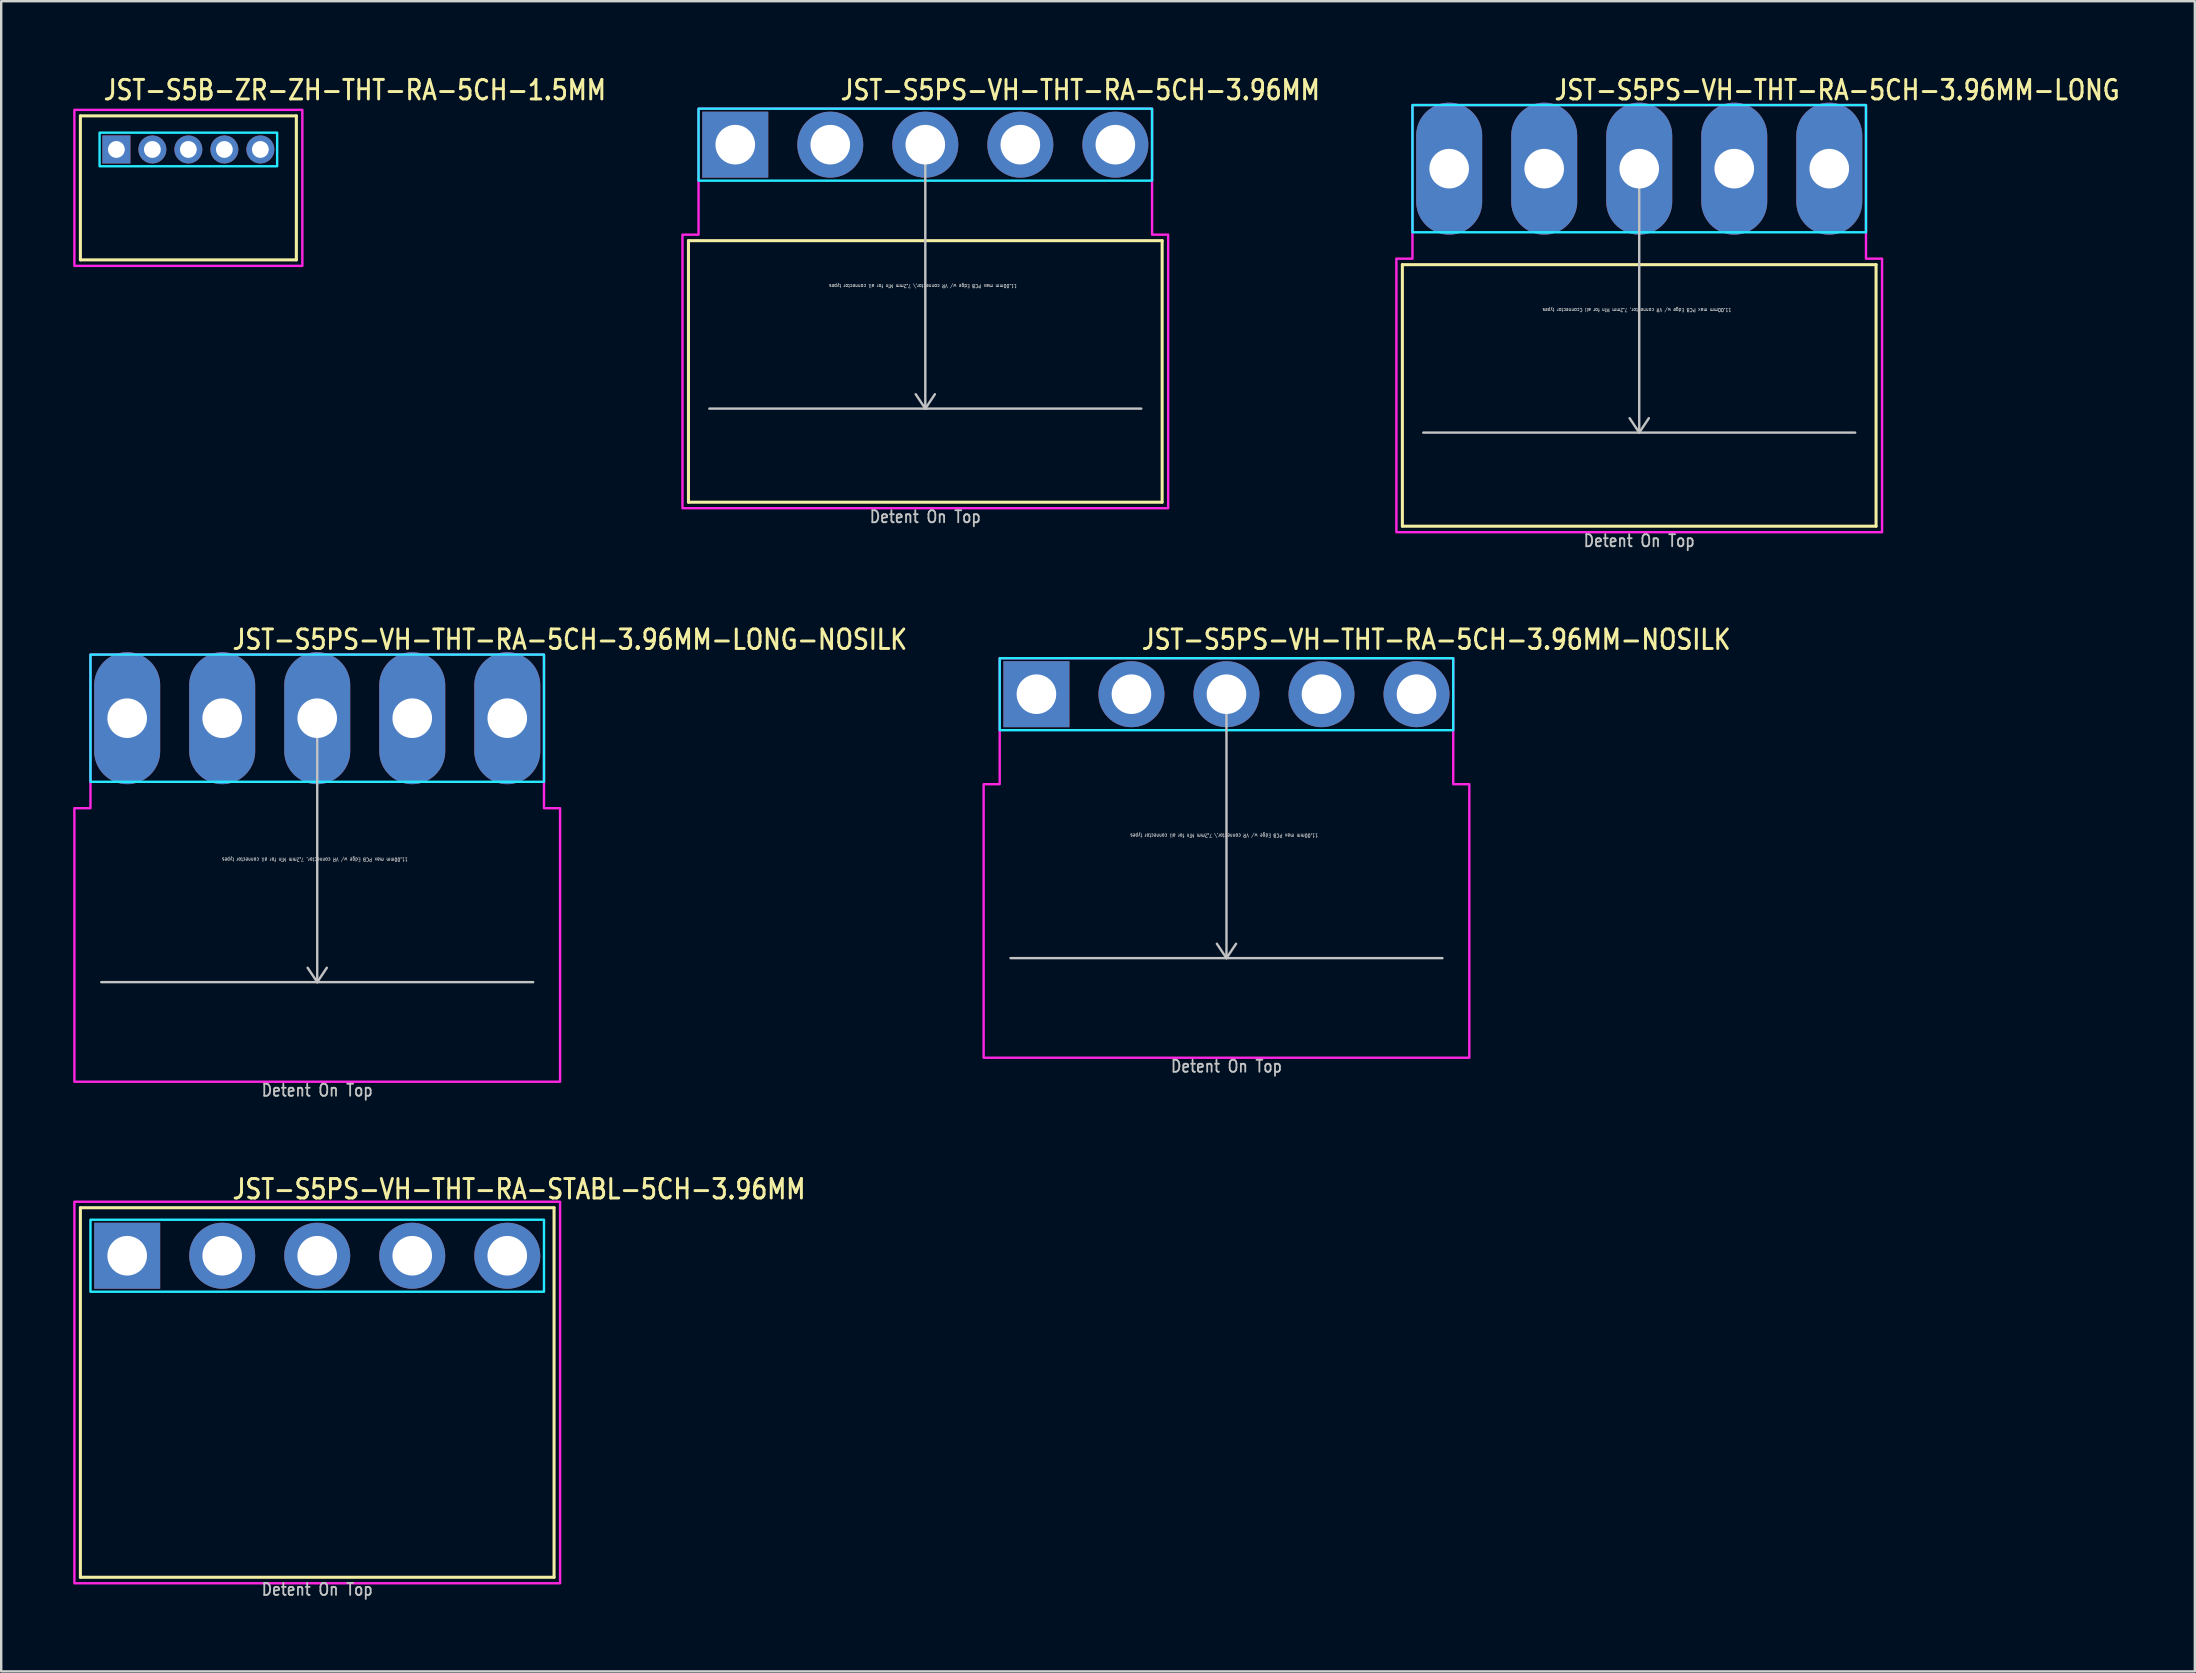
<source format=kicad_pcb>
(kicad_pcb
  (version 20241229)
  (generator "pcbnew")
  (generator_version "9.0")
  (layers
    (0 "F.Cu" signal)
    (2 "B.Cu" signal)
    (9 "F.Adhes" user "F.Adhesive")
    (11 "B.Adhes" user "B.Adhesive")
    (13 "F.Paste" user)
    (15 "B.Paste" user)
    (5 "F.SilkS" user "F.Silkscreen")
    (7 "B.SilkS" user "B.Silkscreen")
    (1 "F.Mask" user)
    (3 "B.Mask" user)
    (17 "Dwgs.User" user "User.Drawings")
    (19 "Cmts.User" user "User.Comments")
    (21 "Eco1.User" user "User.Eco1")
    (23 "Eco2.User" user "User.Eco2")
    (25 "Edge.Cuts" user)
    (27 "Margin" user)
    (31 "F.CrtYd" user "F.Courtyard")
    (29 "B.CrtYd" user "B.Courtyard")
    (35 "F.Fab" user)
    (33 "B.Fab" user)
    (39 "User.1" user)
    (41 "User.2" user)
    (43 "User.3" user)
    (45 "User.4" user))
  (footprint "JST-S5PS-VH-THT-RA-5CH-3.96MM-LONG"
    (layer "F.Cu")
    (at 65.263 3.979)
    (property "Reference" "JST-S5PS-VH-THT-RA-5CH-3.96MM-LONG" (at -3.6 -2.8 0) (unlocked yes) (layer "F.SilkS") (effects (font (size 0.813 0.695) (thickness 0.122)) (justify left bottom)))
    (fp_line (start -9.87 4) (end 9.87 4) (stroke (width 0.127) (type solid)) (layer "F.SilkS"))
    (fp_line (start -9.87 14.9) (end -9.87 4) (stroke (width 0.127) (type solid)) (layer "F.SilkS"))
    (fp_line (start -9.87 14.9) (end 9.87 14.9) (stroke (width 0.127) (type solid)) (layer "F.SilkS"))
    (fp_line (start 9.87 4) (end 9.87 14.9) (stroke (width 0.127) (type solid)) (layer "F.SilkS"))
    (fp_line (start -9 11) (end 9 11) (stroke (width 0.1) (type solid)) (layer "Dwgs.User"))
    (fp_line (start 0 0) (end -0.4 0.6) (stroke (width 0.1) (type solid)) (layer "Dwgs.User"))
    (fp_line (start 0 0) (end 0 11) (stroke (width 0.1) (type solid)) (layer "Dwgs.User"))
    (fp_line (start 0 0) (end 0.4 0.6) (stroke (width 0.1) (type solid)) (layer "Dwgs.User"))
    (fp_line (start 0 11) (end -0.4 10.4) (stroke (width 0.1) (type solid)) (layer "Dwgs.User"))
    (fp_line (start 0 11) (end 0.4 10.4) (stroke (width 0.1) (type solid)) (layer "Dwgs.User"))
    (fp_poly (pts (xy -9.45 -2.65) (xy -9.45 2.65) (xy 9.45 2.65) (xy 9.45 -2.65)) (stroke (width 0.1) (type solid)) (fill no) (layer "B.CrtYd"))
    (fp_poly (pts (xy -10.12 3.75) (xy -10.12 15.15) (xy 10.12 15.15) (xy 10.12 3.75) (xy 9.45 3.75) (xy 9.45 -2.65) (xy -9.45 -2.65) (xy -9.45 3.75)) (stroke (width 0.1) (type solid)) (fill no) (layer "F.CrtYd"))
    (fp_text user "11.00mm max PCB Edge w/ VR connector, 7.2mm Min for all Cconnector types" (at -0.1 5.8 180) (unlocked yes) (layer "Dwgs.User") (effects (font (size 0.15 0.128) (thickness 0.022)) (justify bottom)))
    (fp_text user "Detent On Top" (at 0 15.8 0) (unlocked yes) (layer "Dwgs.User") (effects (font (size 0.5 0.427) (thickness 0.075)) (justify bottom)))
    (pad "1" thru_hole oval (at -7.92 0 90) (size 5.5 2.75) (drill 1.65) (layers "*.Cu" "*.Mask"))
    (pad "2" thru_hole oval (at -3.96 0 90) (size 5.5 2.75) (drill 1.65) (layers "*.Cu" "*.Mask"))
    (pad "3" thru_hole oval (at 0 0 90) (size 5.5 2.75) (drill 1.65) (layers "*.Cu" "*.Mask"))
    (pad "4" thru_hole oval (at 3.96 0 90) (size 5.5 2.75) (drill 1.65) (layers "*.Cu" "*.Mask"))
    (pad "5" thru_hole oval (at 7.92 0 90) (size 5.5 2.75) (drill 1.65) (layers "*.Cu" "*.Mask")))
  (footprint "JST-S5PS-VH-THT-RA-5CH-3.96MM-LONG-NOSILK"
    (layer "F.Cu")
    (at 10.17 26.88)
    (property "Reference" "JST-S5PS-VH-THT-RA-5CH-3.96MM-LONG-NOSILK" (at -3.6 -2.8 0) (unlocked yes) (layer "F.SilkS") (effects (font (size 0.813 0.695) (thickness 0.122)) (justify left bottom)))
    (fp_line (start -9 11) (end 9 11) (stroke (width 0.1) (type solid)) (layer "Dwgs.User"))
    (fp_line (start 0 0) (end -0.4 0.6) (stroke (width 0.1) (type solid)) (layer "Dwgs.User"))
    (fp_line (start 0 0) (end 0 11) (stroke (width 0.1) (type solid)) (layer "Dwgs.User"))
    (fp_line (start 0 0) (end 0.4 0.6) (stroke (width 0.1) (type solid)) (layer "Dwgs.User"))
    (fp_line (start 0 11) (end -0.4 10.4) (stroke (width 0.1) (type solid)) (layer "Dwgs.User"))
    (fp_line (start 0 11) (end 0.4 10.4) (stroke (width 0.1) (type solid)) (layer "Dwgs.User"))
    (fp_poly (pts (xy -9.45 -2.65) (xy -9.45 2.65) (xy 9.45 2.65) (xy 9.45 -2.65)) (stroke (width 0.1) (type solid)) (fill no) (layer "B.CrtYd"))
    (fp_poly (pts (xy -10.12 3.75) (xy -10.12 15.15) (xy 10.12 15.15) (xy 10.12 3.75) (xy 9.45 3.75) (xy 9.45 -2.65) (xy -9.45 -2.65) (xy -9.45 3.75)) (stroke (width 0.1) (type solid)) (fill no) (layer "F.CrtYd"))
    (fp_text user "Detent On Top" (at 0 15.8 0) (unlocked yes) (layer "Dwgs.User") (effects (font (size 0.5 0.427) (thickness 0.075)) (justify bottom)))
    (fp_text user "11.00mm max PCB Edge w/ VR connector, 7.2mm Min for all connector types" (at -0.1 5.8 180) (unlocked yes) (layer "Dwgs.User") (effects (font (size 0.15 0.128) (thickness 0.022)) (justify bottom)))
    (pad "1" thru_hole oval (at -7.92 0 90) (size 5.5 2.75) (drill 1.65) (layers "*.Cu" "*.Mask"))
    (pad "2" thru_hole oval (at -3.96 0 90) (size 5.5 2.75) (drill 1.65) (layers "*.Cu" "*.Mask"))
    (pad "3" thru_hole oval (at 0 0 90) (size 5.5 2.75) (drill 1.65) (layers "*.Cu" "*.Mask"))
    (pad "4" thru_hole oval (at 3.96 0 90) (size 5.5 2.75) (drill 1.65) (layers "*.Cu" "*.Mask"))
    (pad "5" thru_hole oval (at 7.92 0 90) (size 5.5 2.75) (drill 1.65) (layers "*.Cu" "*.Mask")))
  (footprint "JST-S5B-ZR-ZH-THT-RA-5CH-1.5MM"
    (layer "F.Cu")
    (at 4.8 3.179)
    (property "Reference" "JST-S5B-ZR-ZH-THT-RA-5CH-1.5MM" (at -3.6 -2 0) (unlocked yes) (layer "F.SilkS") (effects (font (size 0.813 0.695) (thickness 0.122)) (justify left bottom)))
    (fp_line (start -4.5 -1.4) (end 4.5 -1.4) (stroke (width 0.127) (type solid)) (layer "F.SilkS"))
    (fp_line (start -4.5 4.6) (end -4.5 -1.4) (stroke (width 0.127) (type solid)) (layer "F.SilkS"))
    (fp_line (start -4.5 4.6) (end 4.5 4.6) (stroke (width 0.127) (type solid)) (layer "F.SilkS"))
    (fp_line (start 4.5 -1.4) (end 4.5 4.6) (stroke (width 0.127) (type solid)) (layer "F.SilkS"))
    (fp_poly (pts (xy -3.7 -0.7) (xy -3.7 0.7) (xy 3.7 0.7) (xy 3.7 -0.7)) (stroke (width 0.1) (type solid)) (fill no) (layer "B.CrtYd"))
    (fp_poly (pts (xy -4.75 -1.65) (xy -4.75 4.85) (xy 4.75 4.85) (xy 4.75 -1.65)) (stroke (width 0.1) (type solid)) (fill no) (layer "F.CrtYd"))
    (pad "1" thru_hole rect (at -3 0) (size 1.167 1.167) (drill 0.7) (layers "*.Cu" "*.Mask"))
    (pad "2" thru_hole oval (at -1.5 0) (size 1.167 1.167) (drill 0.7) (layers "*.Cu" "*.Mask"))
    (pad "3" thru_hole oval (at 0 0) (size 1.167 1.167) (drill 0.7) (layers "*.Cu" "*.Mask"))
    (pad "4" thru_hole oval (at 1.5 0) (size 1.167 1.167) (drill 0.7) (layers "*.Cu" "*.Mask"))
    (pad "5" thru_hole oval (at 3 0) (size 1.167 1.167) (drill 0.7) (layers "*.Cu" "*.Mask")))
  (footprint "JST-S5PS-VH-THT-RA-STABL-5CH-3.96MM"
    (layer "F.Cu")
    (at 10.17 49.282)
    (property "Reference" "JST-S5PS-VH-THT-RA-STABL-5CH-3.96MM" (at -3.6 -2.3 0) (unlocked yes) (layer "F.SilkS") (effects (font (size 0.813 0.695) (thickness 0.122)) (justify left bottom)))
    (fp_line (start -9.87 -2) (end 9.87 -2) (stroke (width 0.127) (type solid)) (layer "F.SilkS"))
    (fp_line (start -9.87 13.4) (end -9.87 -2) (stroke (width 0.127) (type solid)) (layer "F.SilkS"))
    (fp_line (start -9.87 13.4) (end 9.87 13.4) (stroke (width 0.127) (type solid)) (layer "F.SilkS"))
    (fp_line (start 9.87 -2) (end 9.87 13.4) (stroke (width 0.127) (type solid)) (layer "F.SilkS"))
    (fp_poly (pts (xy -9.45 -1.5) (xy -9.45 1.5) (xy 9.45 1.5) (xy 9.45 -1.5)) (stroke (width 0.1) (type solid)) (fill no) (layer "B.CrtYd"))
    (fp_poly (pts (xy -10.12 13.65) (xy 10.12 13.65) (xy 10.12 -2.25) (xy -10.12 -2.25)) (stroke (width 0.1) (type solid)) (fill no) (layer "F.CrtYd"))
    (fp_text user "Detent On Top" (at 0 14.2 0) (unlocked yes) (layer "Dwgs.User") (effects (font (size 0.5 0.427) (thickness 0.075)) (justify bottom)))
    (pad "1" thru_hole rect (at -7.92 0) (size 2.75 2.75) (drill 1.65) (layers "*.Cu" "*.Mask"))
    (pad "2" thru_hole oval (at -3.96 0) (size 2.75 2.75) (drill 1.65) (layers "*.Cu" "*.Mask"))
    (pad "3" thru_hole oval (at 0 0) (size 2.75 2.75) (drill 1.65) (layers "*.Cu" "*.Mask"))
    (pad "4" thru_hole oval (at 3.96 0) (size 2.75 2.75) (drill 1.65) (layers "*.Cu" "*.Mask"))
    (pad "5" thru_hole oval (at 7.92 0) (size 2.75 2.75) (drill 1.65) (layers "*.Cu" "*.Mask")))
  (footprint "JST-S5PS-VH-THT-RA-5CH-3.96MM"
    (layer "F.Cu")
    (at 35.511 2.979)
    (property "Reference" "JST-S5PS-VH-THT-RA-5CH-3.96MM" (at -3.6 -1.8 0) (unlocked yes) (layer "F.SilkS") (effects (font (size 0.813 0.695) (thickness 0.122)) (justify left bottom)))
    (fp_line (start -9.87 4) (end 9.87 4) (stroke (width 0.127) (type solid)) (layer "F.SilkS"))
    (fp_line (start -9.87 14.9) (end -9.87 4) (stroke (width 0.127) (type solid)) (layer "F.SilkS"))
    (fp_line (start -9.87 14.9) (end 9.87 14.9) (stroke (width 0.127) (type solid)) (layer "F.SilkS"))
    (fp_line (start 9.87 4) (end 9.87 14.9) (stroke (width 0.127) (type solid)) (layer "F.SilkS"))
    (fp_line (start -9 11) (end 9 11) (stroke (width 0.1) (type solid)) (layer "Dwgs.User"))
    (fp_line (start 0 0) (end -0.4 0.6) (stroke (width 0.1) (type solid)) (layer "Dwgs.User"))
    (fp_line (start 0 0) (end 0 11) (stroke (width 0.1) (type solid)) (layer "Dwgs.User"))
    (fp_line (start 0 0) (end 0.4 0.6) (stroke (width 0.1) (type solid)) (layer "Dwgs.User"))
    (fp_line (start 0 11) (end -0.4 10.4) (stroke (width 0.1) (type solid)) (layer "Dwgs.User"))
    (fp_line (start 0 11) (end 0.4 10.4) (stroke (width 0.1) (type solid)) (layer "Dwgs.User"))
    (fp_poly (pts (xy -9.45 -1.5) (xy -9.45 1.5) (xy 9.45 1.5) (xy 9.45 -1.5)) (stroke (width 0.1) (type solid)) (fill no) (layer "B.CrtYd"))
    (fp_poly (pts (xy -10.12 3.75) (xy -10.12 15.15) (xy 10.12 15.15) (xy 10.12 3.75) (xy 9.45 3.75) (xy 9.45 -1.5) (xy -9.45 -1.5) (xy -9.45 3.75)) (stroke (width 0.1) (type solid)) (fill no) (layer "F.CrtYd"))
    (fp_text user "11.00mm max PCB Edge w/ VR connector,\\ 7.2mm Min for all connector types" (at -0.1 5.8 180) (unlocked yes) (layer "Dwgs.User") (effects (font (size 0.15 0.128) (thickness 0.022)) (justify bottom)))
    (fp_text user "Detent On Top" (at 0 15.8 0) (unlocked yes) (layer "Dwgs.User") (effects (font (size 0.5 0.427) (thickness 0.075)) (justify bottom)))
    (pad "1" thru_hole rect (at -7.92 0) (size 2.75 2.75) (drill 1.65) (layers "*.Cu" "*.Mask"))
    (pad "2" thru_hole oval (at -3.96 0) (size 2.75 2.75) (drill 1.65) (layers "*.Cu" "*.Mask"))
    (pad "3" thru_hole oval (at 0 0) (size 2.75 2.75) (drill 1.65) (layers "*.Cu" "*.Mask"))
    (pad "4" thru_hole oval (at 3.96 0) (size 2.75 2.75) (drill 1.65) (layers "*.Cu" "*.Mask"))
    (pad "5" thru_hole oval (at 7.92 0) (size 2.75 2.75) (drill 1.65) (layers "*.Cu" "*.Mask")))
  (footprint "JST-S5PS-VH-THT-RA-5CH-3.96MM-NOSILK"
    (layer "F.Cu")
    (at 48.062 25.88)
    (property "Reference" "JST-S5PS-VH-THT-RA-5CH-3.96MM-NOSILK" (at -3.6 -1.8 0) (unlocked yes) (layer "F.SilkS") (effects (font (size 0.813 0.695) (thickness 0.122)) (justify left bottom)))
    (fp_line (start -9 11) (end 9 11) (stroke (width 0.1) (type solid)) (layer "Dwgs.User"))
    (fp_line (start 0 0) (end -0.4 0.6) (stroke (width 0.1) (type solid)) (layer "Dwgs.User"))
    (fp_line (start 0 0) (end 0 11) (stroke (width 0.1) (type solid)) (layer "Dwgs.User"))
    (fp_line (start 0 0) (end 0.4 0.6) (stroke (width 0.1) (type solid)) (layer "Dwgs.User"))
    (fp_line (start 0 11) (end -0.4 10.4) (stroke (width 0.1) (type solid)) (layer "Dwgs.User"))
    (fp_line (start 0 11) (end 0.4 10.4) (stroke (width 0.1) (type solid)) (layer "Dwgs.User"))
    (fp_poly (pts (xy -9.45 -1.5) (xy -9.45 1.5) (xy 9.45 1.5) (xy 9.45 -1.5)) (stroke (width 0.1) (type solid)) (fill no) (layer "B.CrtYd"))
    (fp_poly (pts (xy -10.12 3.75) (xy -10.12 15.15) (xy 10.12 15.15) (xy 10.12 3.75) (xy 9.45 3.75) (xy 9.45 -1.5) (xy -9.45 -1.5) (xy -9.45 3.75)) (stroke (width 0.1) (type solid)) (fill no) (layer "F.CrtYd"))
    (fp_text user "11.00mm max PCB Edge w/ VR connector,\\ 7.2mm Min for all connector types" (at -0.1 5.8 180) (unlocked yes) (layer "Dwgs.User") (effects (font (size 0.15 0.128) (thickness 0.022)) (justify bottom)))
    (fp_text user "Detent On Top" (at 0 15.8 0) (unlocked yes) (layer "Dwgs.User") (effects (font (size 0.5 0.427) (thickness 0.075)) (justify bottom)))
    (pad "1" thru_hole rect (at -7.92 0) (size 2.75 2.75) (drill 1.65) (layers "*.Cu" "*.Mask"))
    (pad "2" thru_hole oval (at -3.96 0) (size 2.75 2.75) (drill 1.65) (layers "*.Cu" "*.Mask"))
    (pad "3" thru_hole oval (at 0 0) (size 2.75 2.75) (drill 1.65) (layers "*.Cu" "*.Mask"))
    (pad "4" thru_hole oval (at 3.96 0) (size 2.75 2.75) (drill 1.65) (layers "*.Cu" "*.Mask"))
    (pad "5" thru_hole oval (at 7.92 0) (size 2.75 2.75) (drill 1.65) (layers "*.Cu" "*.Mask")))
  (gr_rect
    (start -3 -3)
    (end 88.418 66.605)
    (stroke (width 0.1) (type default))
    (fill no)
    (layer "Edge.Cuts")))
</source>
